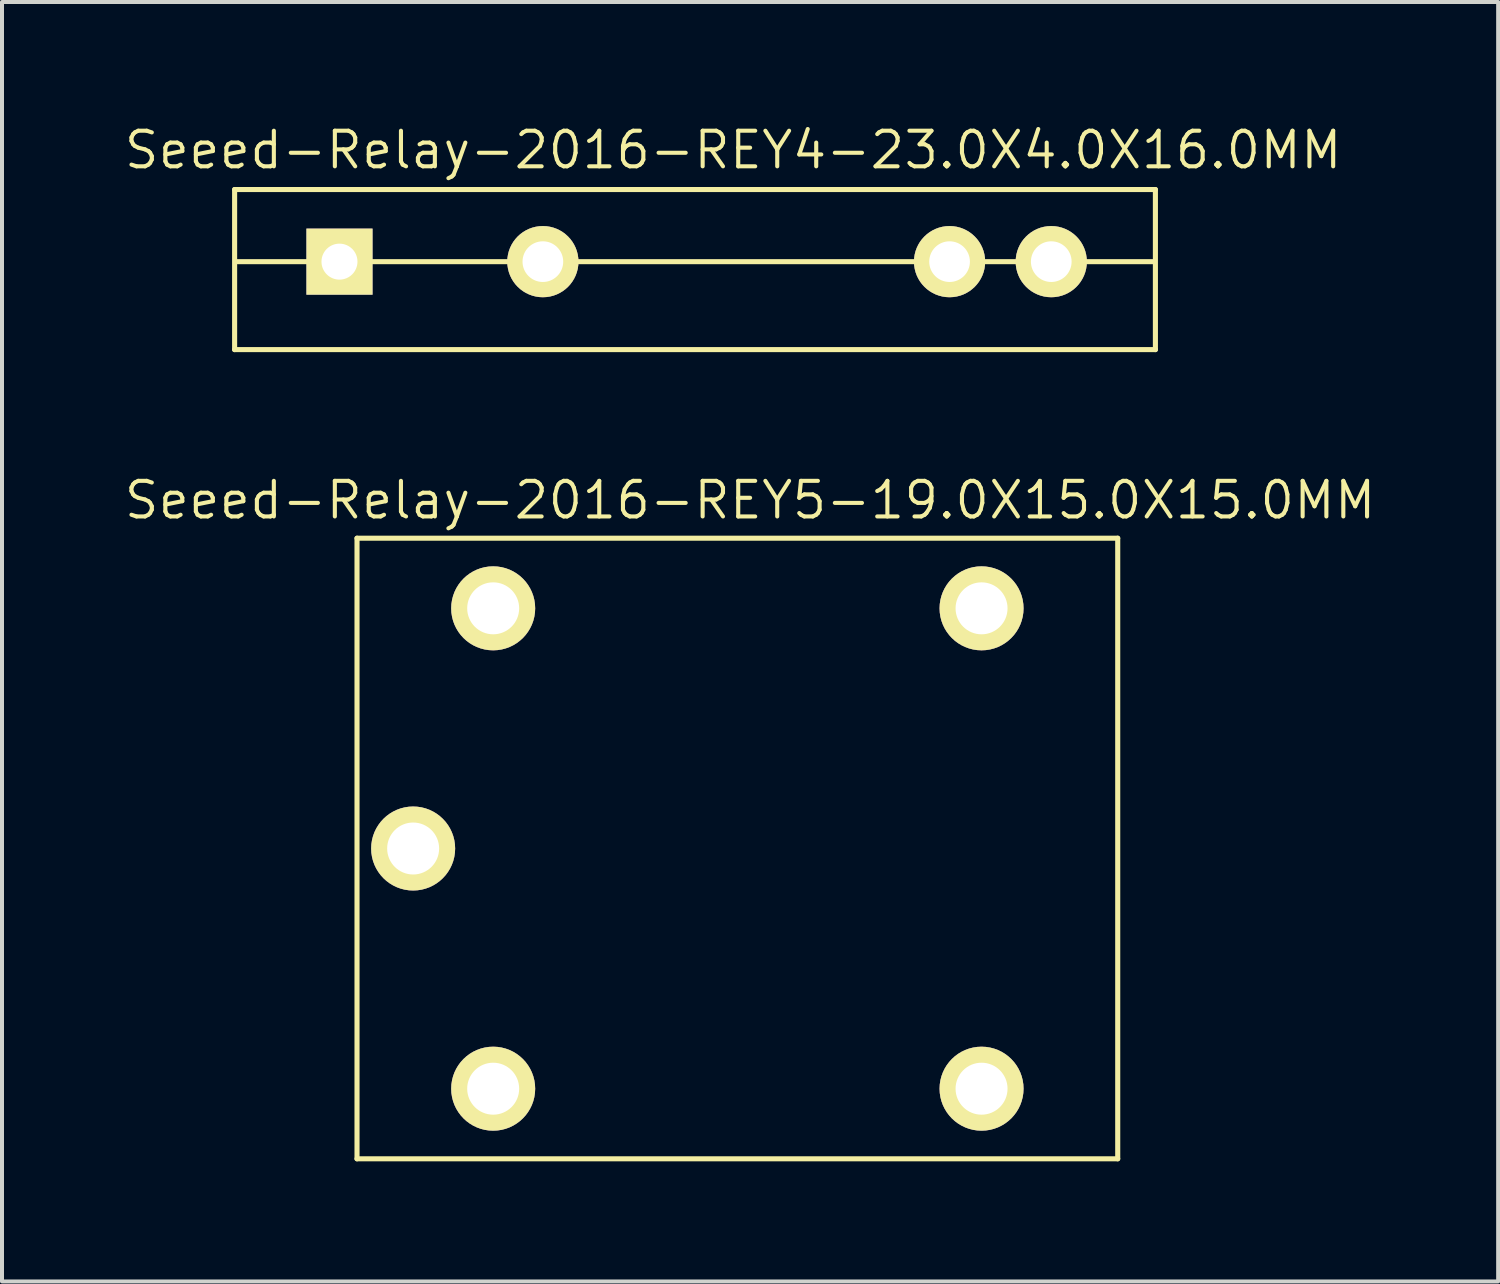
<source format=kicad_pcb>
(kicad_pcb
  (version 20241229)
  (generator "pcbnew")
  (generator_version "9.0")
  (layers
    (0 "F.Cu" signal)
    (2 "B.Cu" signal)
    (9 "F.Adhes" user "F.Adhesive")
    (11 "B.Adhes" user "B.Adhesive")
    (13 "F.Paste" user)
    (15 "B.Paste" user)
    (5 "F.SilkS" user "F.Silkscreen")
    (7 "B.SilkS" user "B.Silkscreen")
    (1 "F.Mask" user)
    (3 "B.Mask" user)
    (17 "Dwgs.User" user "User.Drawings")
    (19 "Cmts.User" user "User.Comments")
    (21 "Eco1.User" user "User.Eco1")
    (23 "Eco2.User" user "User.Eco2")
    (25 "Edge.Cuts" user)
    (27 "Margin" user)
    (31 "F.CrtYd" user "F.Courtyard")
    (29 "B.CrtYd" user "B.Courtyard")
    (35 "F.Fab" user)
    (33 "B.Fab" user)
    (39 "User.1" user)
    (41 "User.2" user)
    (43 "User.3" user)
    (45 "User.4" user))
  (footprint "Seeed-Relay-2016-REY5-19.0X15.0X15.0MM"
    (layer "F.Cu")
    (at 15.367 18.143)
    (property "Reference" "Seeed-Relay-2016-REY5-19.0X15.0X15.0MM" (at 0.318 -8.7 0) (layer "F.SilkS") (effects (font (size 0.889 0.889) (thickness 0.102))))
    (attr exclude_from_pos_files exclude_from_bom)
    (fp_line (start -9.5 -7.75) (end -9.5 7.75) (stroke (width 0.127) (type solid)) (layer "F.SilkS"))
    (fp_line (start -9.5 -7.75) (end 9.5 -7.75) (stroke (width 0.066) (type solid)) (layer "F.SilkS"))
    (fp_line (start -9.5 7.75) (end -9.5 -7.75) (stroke (width 0.066) (type solid)) (layer "F.SilkS"))
    (fp_line (start -9.5 7.75) (end 9.5 7.75) (stroke (width 0.066) (type solid)) (layer "F.SilkS"))
    (fp_line (start -9.5 7.75) (end 9.5 7.75) (stroke (width 0.127) (type solid)) (layer "F.SilkS"))
    (fp_line (start 9.5 -7.75) (end -9.5 -7.75) (stroke (width 0.127) (type solid)) (layer "F.SilkS"))
    (fp_line (start 9.5 7.75) (end 9.5 -7.75) (stroke (width 0.066) (type solid)) (layer "F.SilkS"))
    (fp_line (start 9.5 7.75) (end 9.5 -7.75) (stroke (width 0.127) (type solid)) (layer "F.SilkS"))
    (pad "1" thru_hole circle (at -8.098 0) (size 2.098 2.098) (drill 1.298) (layers "*.Cu" "F.Mask" "F.SilkS" "F.Paste"))
    (pad "2" thru_hole circle (at -6.099 5.999) (size 2.098 2.098) (drill 1.298) (layers "*.Cu" "F.Mask" "F.SilkS" "F.Paste"))
    (pad "3" thru_hole circle (at -6.099 -5.999) (size 2.098 2.098) (drill 1.298) (layers "*.Cu" "F.Mask" "F.SilkS" "F.Paste"))
    (pad "4" thru_hole circle (at 6.099 5.999) (size 2.098 2.098) (drill 1.298) (layers "*.Cu" "F.Mask" "F.SilkS" "F.Paste"))
    (pad "5" thru_hole circle (at 6.099 -5.999) (size 2.098 2.098) (drill 1.298) (layers "*.Cu" "F.Mask" "F.SilkS" "F.Paste")))
  (footprint "Seeed-Relay-2016-REY4-23.0X4.0X16.0MM"
    (layer "F.Cu")
    (at 14.309 3.683)
    (property "Reference" "Seeed-Relay-2016-REY4-23.0X4.0X16.0MM" (at 0.953 -2.985 0) (layer "F.SilkS") (effects (font (size 0.889 0.889) (thickness 0.102))))
    (attr exclude_from_pos_files exclude_from_bom)
    (fp_line (start -11.499 -1.999) (end 11.499 -1.999) (stroke (width 0.066) (type solid)) (layer "F.SilkS"))
    (fp_line (start -11.499 -1.999) (end 11.499 -1.999) (stroke (width 0.127) (type solid)) (layer "F.SilkS"))
    (fp_line (start -11.499 1.999) (end -11.499 -1.999) (stroke (width 0.066) (type solid)) (layer "F.SilkS"))
    (fp_line (start -11.499 1.999) (end -11.499 -1.999) (stroke (width 0.127) (type solid)) (layer "F.SilkS"))
    (fp_line (start -11.499 1.999) (end 11.499 1.999) (stroke (width 0.066) (type solid)) (layer "F.SilkS"))
    (fp_line (start -11.43 -0.198) (end 11.43 -0.198) (stroke (width 0.127) (type solid)) (layer "F.SilkS"))
    (fp_line (start 11.499 -1.999) (end 11.499 1.999) (stroke (width 0.127) (type solid)) (layer "F.SilkS"))
    (fp_line (start 11.499 1.999) (end -11.499 1.999) (stroke (width 0.127) (type solid)) (layer "F.SilkS"))
    (fp_line (start 11.499 1.999) (end 11.499 -1.999) (stroke (width 0.066) (type solid)) (layer "F.SilkS"))
    (pad "1" thru_hole rect (at -8.88 -0.198) (size 1.651 1.651) (drill 0.899) (layers "*.Cu" "F.Mask" "F.SilkS" "F.Paste"))
    (pad "2" thru_hole circle (at -3.8 -0.198) (size 1.778 1.778) (drill 1.016) (layers "*.Cu" "F.Mask" "F.SilkS" "F.Paste"))
    (pad "3" thru_hole circle (at 6.358 -0.198) (size 1.778 1.778) (drill 1.016) (layers "*.Cu" "F.Mask" "F.SilkS" "F.Paste"))
    (pad "4" thru_hole circle (at 8.898 -0.198) (size 1.778 1.778) (drill 1.016) (layers "*.Cu" "F.Mask" "F.SilkS" "F.Paste")))
  (gr_rect
    (start -3 -3)
    (end 34.369 28.956)
    (stroke (width 0.1) (type default))
    (fill no)
    (layer "Edge.Cuts")))
</source>
